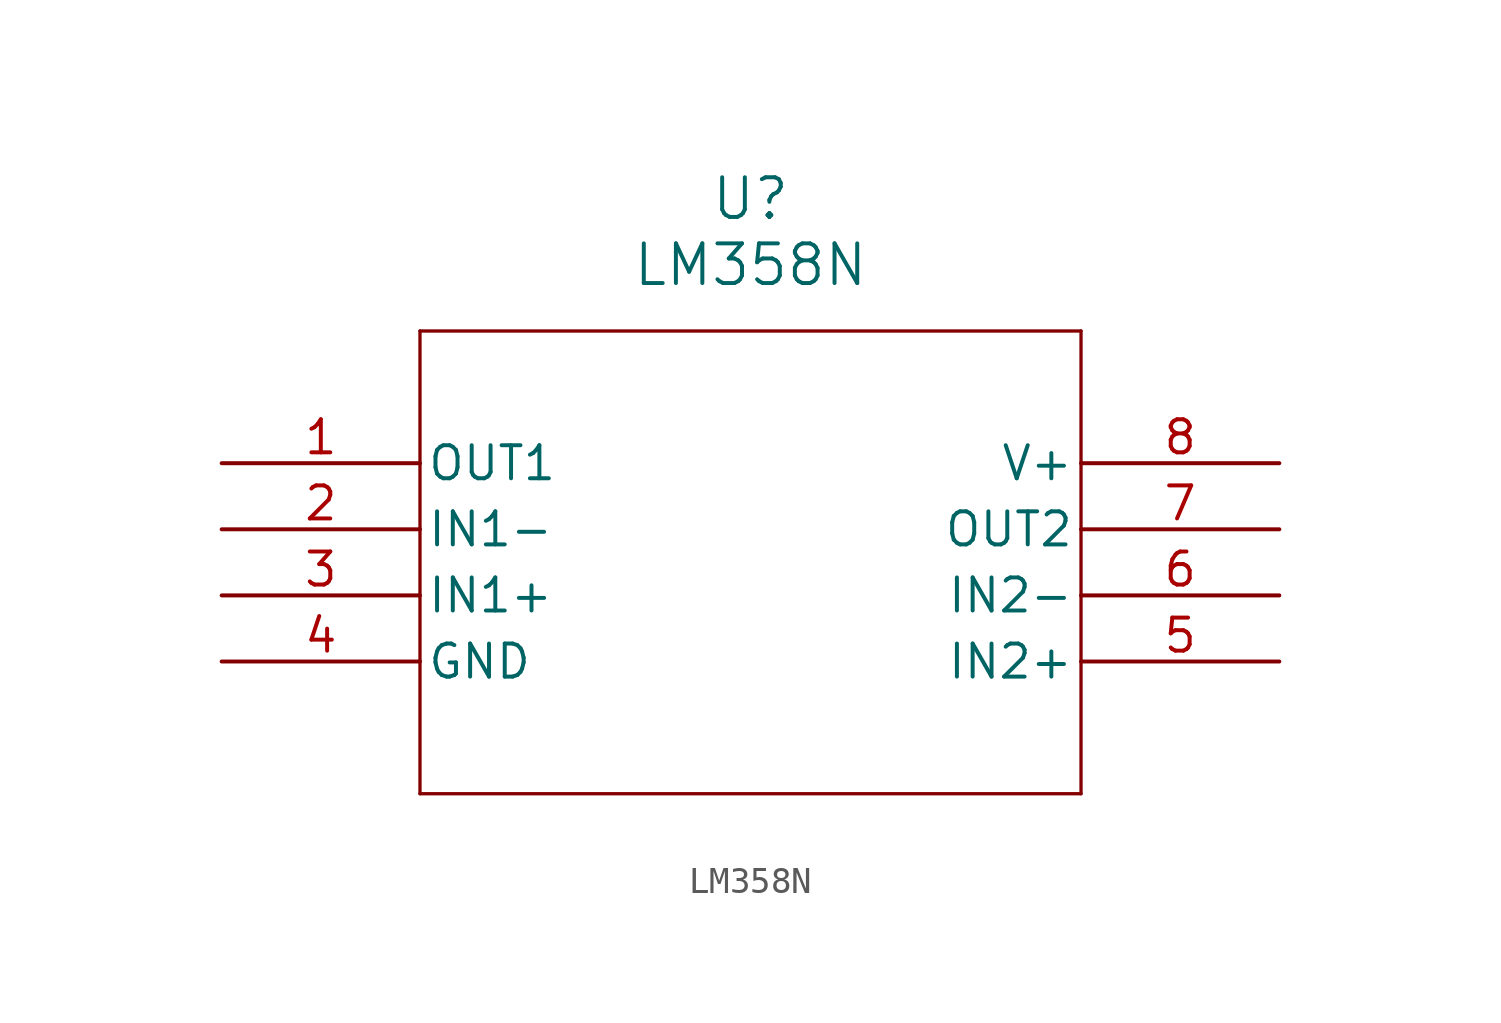
<source format=kicad_sym>
(kicad_symbol_lib
  (version 20220914)
  (generator kicad_symbol_editor)
  (symbol "LM358N"
    (pin_names
      (offset 0.254))
    (property "Reference" "U"
      (at 20.32 10.16 0)
      (effects (font (size 1.524 1.524))))
    (property "Value" "LM358N"
      (at 20.32 7.62 0)
      (effects (font (size 1.524 1.524))))
    (property "ki_locked" ""
      (at 0 0 0)
      (effects (font (size 1.27 1.27))))
    (symbol "LM358N_0_1"
      (polyline (pts (xy 7.62 -12.7) (xy 33.02 -12.7)) (stroke (width 0.127) (type default)) (fill (type none)))
      (polyline (pts (xy 7.62 5.08) (xy 7.62 -12.7)) (stroke (width 0.127) (type default)) (fill (type none)))
      (polyline (pts (xy 33.02 -12.7) (xy 33.02 5.08)) (stroke (width 0.127) (type default)) (fill (type none)))
      (polyline (pts (xy 33.02 5.08) (xy 7.62 5.08)) (stroke (width 0.127) (type default)) (fill (type none)))
      (pin unspecified line (at 0 0 0) (length 7.62) (name "OUT1" (effects (font (size 1.27 1.27)))) (number "1" (effects (font (size 1.27 1.27)))))
      (pin unspecified line (at 0 -2.54 0) (length 7.62) (name "IN1-" (effects (font (size 1.27 1.27)))) (number "2" (effects (font (size 1.27 1.27)))))
      (pin unspecified line (at 0 -5.08 0) (length 7.62) (name "IN1+" (effects (font (size 1.27 1.27)))) (number "3" (effects (font (size 1.27 1.27)))))
      (pin unspecified line (at 0 -7.62 0) (length 7.62) (name "GND" (effects (font (size 1.27 1.27)))) (number "4" (effects (font (size 1.27 1.27)))))
      (pin unspecified line (at 40.64 -7.62 180) (length 7.62) (name "IN2+" (effects (font (size 1.27 1.27)))) (number "5" (effects (font (size 1.27 1.27)))))
      (pin unspecified line (at 40.64 -5.08 180) (length 7.62) (name "IN2-" (effects (font (size 1.27 1.27)))) (number "6" (effects (font (size 1.27 1.27)))))
      (pin unspecified line (at 40.64 -2.54 180) (length 7.62) (name "OUT2" (effects (font (size 1.27 1.27)))) (number "7" (effects (font (size 1.27 1.27)))))
      (pin unspecified line (at 40.64 0 180) (length 7.62) (name "V+" (effects (font (size 1.27 1.27)))) (number "8" (effects (font (size 1.27 1.27))))))))
</source>
